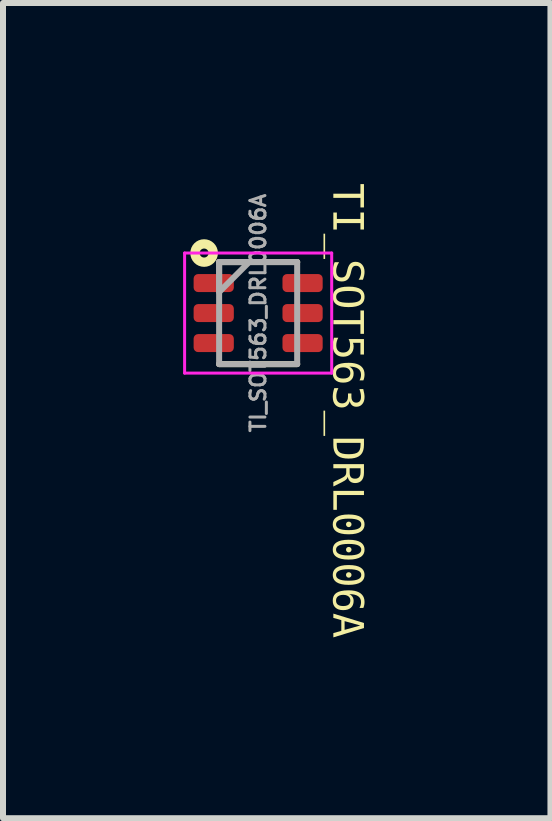
<source format=kicad_pcb>
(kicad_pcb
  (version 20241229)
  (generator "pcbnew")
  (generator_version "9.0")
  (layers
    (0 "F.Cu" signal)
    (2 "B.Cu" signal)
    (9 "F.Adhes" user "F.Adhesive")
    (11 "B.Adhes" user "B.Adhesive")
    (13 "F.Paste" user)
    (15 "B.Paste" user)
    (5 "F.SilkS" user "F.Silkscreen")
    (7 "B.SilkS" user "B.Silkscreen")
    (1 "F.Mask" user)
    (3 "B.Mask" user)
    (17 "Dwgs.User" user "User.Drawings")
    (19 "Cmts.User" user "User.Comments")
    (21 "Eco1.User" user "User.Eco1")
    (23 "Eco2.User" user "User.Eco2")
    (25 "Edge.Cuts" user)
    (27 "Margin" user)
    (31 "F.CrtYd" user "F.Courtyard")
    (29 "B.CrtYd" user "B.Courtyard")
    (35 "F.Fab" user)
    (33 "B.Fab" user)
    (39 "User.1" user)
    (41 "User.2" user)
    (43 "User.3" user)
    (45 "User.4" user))
  (footprint "TI_SOT563_DRL0006A"
    (layer "F.Cu")
    (at 1.25 2.165)
    (property "Reference" "TI_SOT563_DRL0006A" (at 1.46 1.625 270) (unlocked yes) (layer "F.SilkS") (effects (font (face "Consolas") (size 0.5 0.5) (thickness 0.254))))
    (fp_line (start -0.65 -0.85) (end 0.65 -0.85) (stroke (width 0.1) (type solid)) (layer "F.SilkS"))
    (fp_line (start -0.65 0.85) (end 0.65 0.85) (stroke (width 0.1) (type solid)) (layer "F.SilkS"))
    (fp_circle (center -0.9 -1) (end -0.9 -1.075) (stroke (width 0.155) (type solid)) (fill no) (layer "F.SilkS"))
    (fp_line (start -1.225 -1) (end 1.225 -1) (stroke (width 0.05) (type solid)) (layer "F.CrtYd"))
    (fp_line (start -1.225 1) (end -1.225 -1) (stroke (width 0.05) (type solid)) (layer "F.CrtYd"))
    (fp_line (start -1.225 1) (end 1.225 1) (stroke (width 0.05) (type solid)) (layer "F.CrtYd"))
    (fp_line (start 1.225 1) (end 1.225 -1) (stroke (width 0.05) (type solid)) (layer "F.CrtYd"))
    (fp_line (start -0.65 -0.85) (end 0.65 -0.85) (stroke (width 0.1) (type solid)) (layer "F.Fab"))
    (fp_line (start -0.65 0.85) (end -0.65 -0.85) (stroke (width 0.1) (type solid)) (layer "F.Fab"))
    (fp_line (start -0.65 0.85) (end 0.65 0.85) (stroke (width 0.1) (type solid)) (layer "F.Fab"))
    (fp_line (start 0.65 0.85) (end 0.65 -0.85) (stroke (width 0.1) (type solid)) (layer "F.Fab"))
    (fp_poly (pts (xy -0.65 -0.35) (xy -0.15 -0.85) (xy -0.65 -0.85)) (stroke (width 0.1) (type default)) (fill no) (layer "F.Fab"))
    (fp_text user "${REFERENCE}" (at 0 0 90) (unlocked yes) (layer "F.Fab") (effects (font (size 0.25 0.25) (thickness 0.05) (bold yes))))
    (pad "1" smd roundrect (at -0.74 -0.5 90) (size 0.3 0.67) (layers "F.Cu" "F.Mask" "F.Paste") (roundrect_rratio 0.25))
    (pad "2" smd roundrect (at -0.74 0 90) (size 0.3 0.67) (layers "F.Cu" "F.Mask" "F.Paste") (roundrect_rratio 0.25))
    (pad "3" smd roundrect (at -0.74 0.5 90) (size 0.3 0.67) (layers "F.Cu" "F.Mask" "F.Paste") (roundrect_rratio 0.25))
    (pad "4" smd roundrect (at 0.74 0.5 90) (size 0.3 0.67) (layers "F.Cu" "F.Mask" "F.Paste") (roundrect_rratio 0.25))
    (pad "5" smd roundrect (at 0.74 0 90) (size 0.3 0.67) (layers "F.Cu" "F.Mask" "F.Paste") (roundrect_rratio 0.25))
    (pad "6" smd roundrect (at 0.74 -0.5 90) (size 0.3 0.67) (layers "F.Cu" "F.Mask" "F.Paste") (roundrect_rratio 0.25)))
  (gr_rect
    (start -3 -3)
    (end 6.119 10.579)
    (stroke (width 0.1) (type default))
    (fill no)
    (layer "Edge.Cuts")))
</source>
